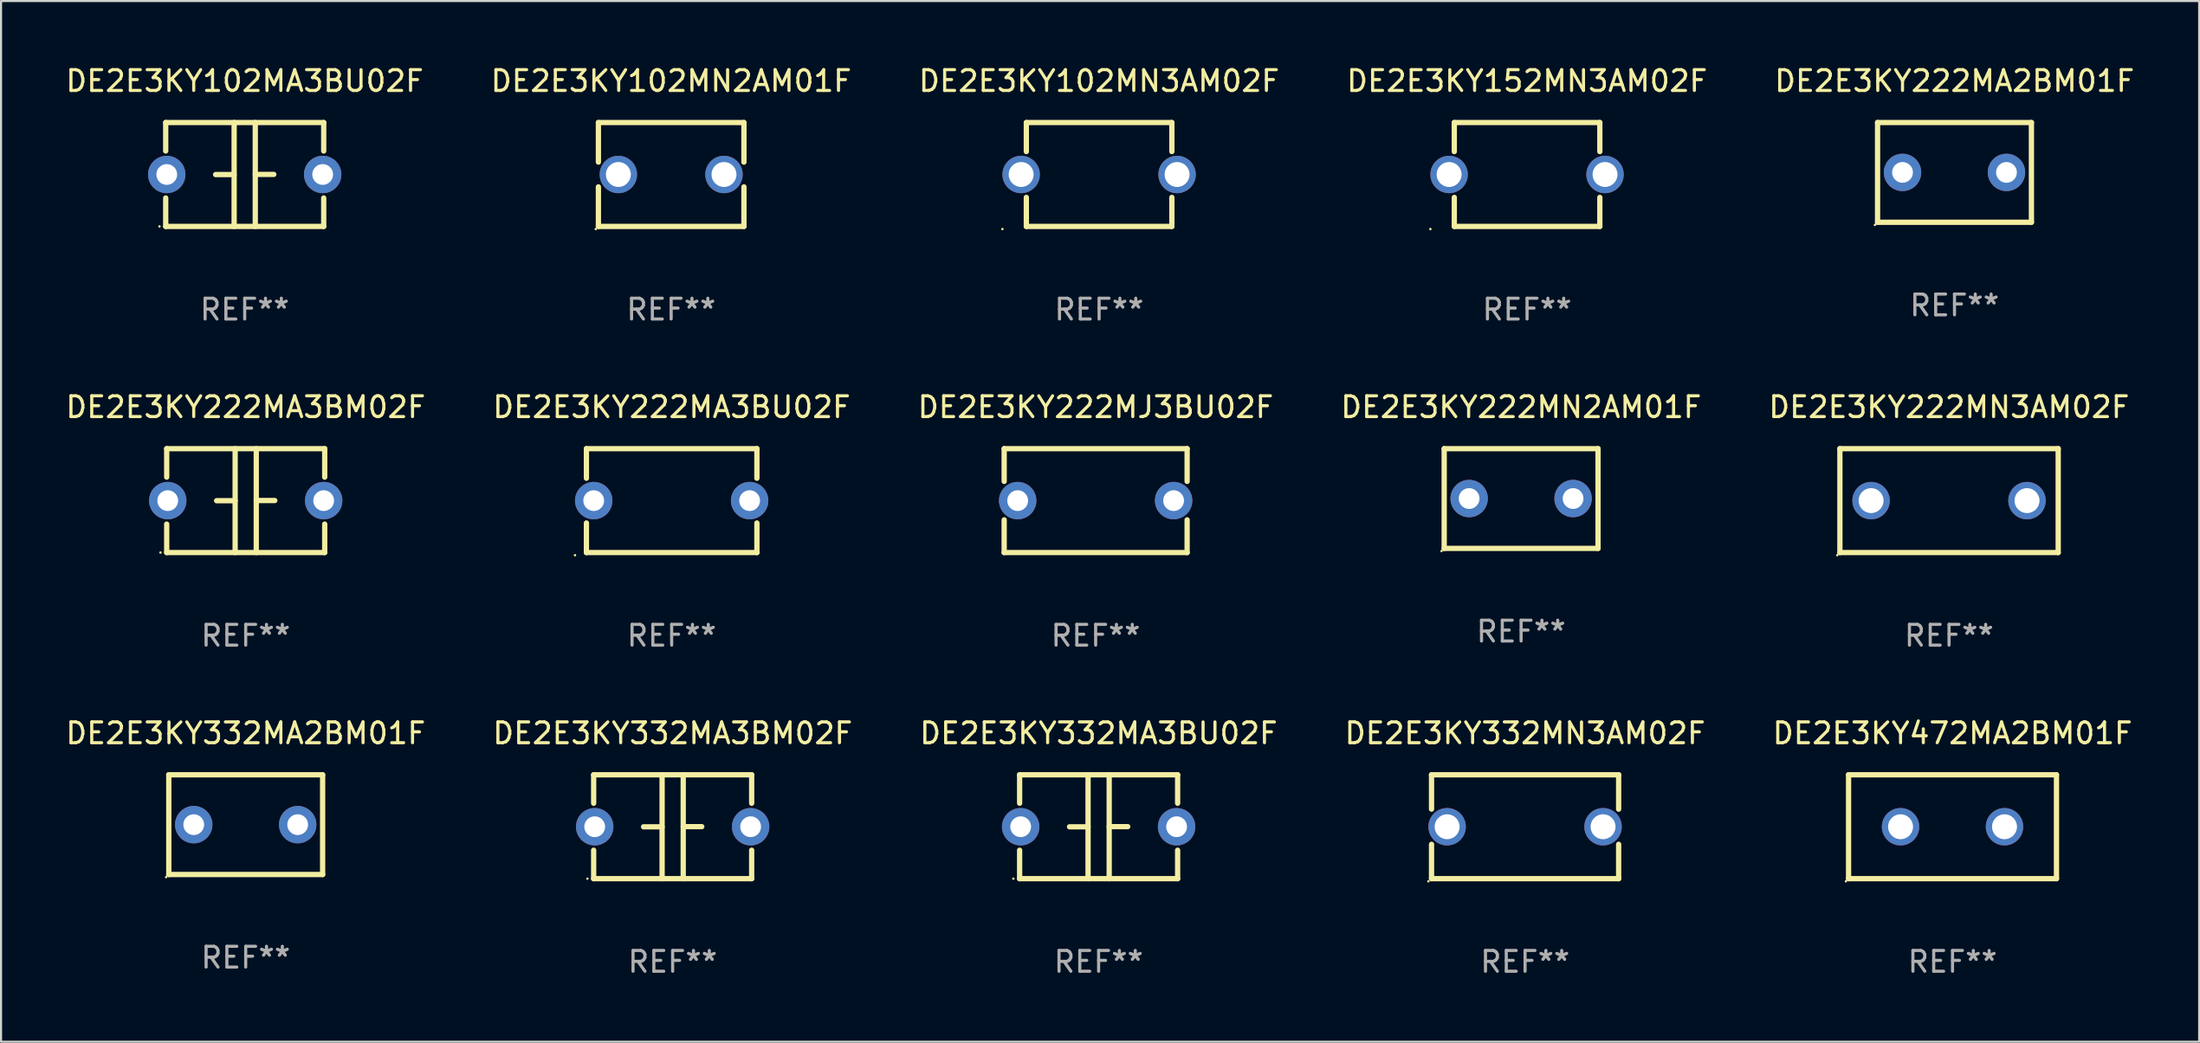
<source format=kicad_pcb>
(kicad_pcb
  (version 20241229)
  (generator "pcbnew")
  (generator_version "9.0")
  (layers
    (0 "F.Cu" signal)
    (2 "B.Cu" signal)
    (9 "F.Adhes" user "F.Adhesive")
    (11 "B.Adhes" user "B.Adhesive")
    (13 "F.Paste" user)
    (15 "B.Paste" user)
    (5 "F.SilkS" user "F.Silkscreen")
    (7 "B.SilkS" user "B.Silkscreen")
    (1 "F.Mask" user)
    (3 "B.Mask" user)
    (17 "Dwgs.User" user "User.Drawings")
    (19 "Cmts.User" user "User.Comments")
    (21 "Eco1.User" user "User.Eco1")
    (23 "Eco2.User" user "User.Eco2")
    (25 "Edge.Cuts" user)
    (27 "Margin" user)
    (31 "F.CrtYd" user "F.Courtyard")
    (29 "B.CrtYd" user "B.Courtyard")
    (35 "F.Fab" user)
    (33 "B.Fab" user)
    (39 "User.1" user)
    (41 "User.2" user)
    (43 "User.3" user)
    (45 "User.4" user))
  (footprint "DE2E3KY332MA2BM01F"
    (layer "F.Cu")
    (at 8.768 36.641)
    (property "Reference" "DE2E3KY332MA2BM01F" (at 0 -4.4 0) (layer "F.SilkS") (effects (font (size 1 1) (thickness 0.15))))
    (attr through_hole)
    (fp_line (start -3.7 -2.4) (end -3.7 2.4) (stroke (width 0.254) (type solid)) (layer "F.SilkS"))
    (fp_line (start -3.7 -2.4) (end 3.7 -2.4) (stroke (width 0.254) (type solid)) (layer "F.SilkS"))
    (fp_line (start -3.7 2.4) (end 3.7 2.4) (stroke (width 0.254) (type solid)) (layer "F.SilkS"))
    (fp_line (start 3.7 -2.4) (end 3.7 2.4) (stroke (width 0.254) (type solid)) (layer "F.SilkS"))
    (fp_circle (center -3.827 2.527) (end -3.797 2.527) (stroke (width 0.06) (type solid)) (fill no) (layer "F.SilkS"))
    (fp_text user "REF**" (at 0 6.4 0) (layer "F.Fab") (effects (font (size 1 1) (thickness 0.15))))
    (pad "1" thru_hole circle (at -2.5 0) (size 1.8 1.8) (drill 1) (layers "*.Cu" "*.Mask"))
    (pad "2" thru_hole circle (at 2.5 0) (size 1.8 1.8) (drill 1) (layers "*.Cu" "*.Mask")))
  (footprint "DE2E3KY332MA3BU02F"
    (layer "F.Cu")
    (at 49.792 36.741)
    (property "Reference" "DE2E3KY332MA3BU02F" (at 0 -4.5 0) (layer "F.SilkS") (effects (font (size 1 1) (thickness 0.15))))
    (attr through_hole)
    (fp_line (start -3.8 -2.5) (end -3.8 -1.13) (stroke (width 0.254) (type solid)) (layer "F.SilkS"))
    (fp_line (start -3.8 -2.5) (end 3.8 -2.5) (stroke (width 0.254) (type solid)) (layer "F.SilkS"))
    (fp_line (start -3.8 1.13) (end -3.8 2.5) (stroke (width 0.254) (type solid)) (layer "F.SilkS"))
    (fp_line (start -3.8 2.5) (end 3.8 2.5) (stroke (width 0.254) (type solid)) (layer "F.SilkS"))
    (fp_line (start -0.508 0.004) (end -1.4 0.004) (stroke (width 0.254) (type solid)) (layer "F.SilkS"))
    (fp_line (start -0.508 2.5) (end -0.508 -2.5) (stroke (width 0.254) (type solid)) (layer "F.SilkS"))
    (fp_line (start 0.508 -2.5) (end 0.508 2.5) (stroke (width 0.254) (type solid)) (layer "F.SilkS"))
    (fp_line (start 0.508 -0.004) (end 1.4 -0.004) (stroke (width 0.254) (type solid)) (layer "F.SilkS"))
    (fp_line (start 3.8 -2.5) (end 3.8 -1.13) (stroke (width 0.254) (type solid)) (layer "F.SilkS"))
    (fp_line (start 3.8 1.13) (end 3.8 2.5) (stroke (width 0.254) (type solid)) (layer "F.SilkS"))
    (fp_circle (center -4.1 2.5) (end -4.07 2.5) (stroke (width 0.06) (type solid)) (fill no) (layer "F.SilkS"))
    (fp_text user "REF**" (at 0 6.5 0) (layer "F.Fab") (effects (font (size 1 1) (thickness 0.15))))
    (pad "1" thru_hole circle (at -3.75 0) (size 1.8 1.8) (drill 1) (layers "*.Cu" "*.Mask"))
    (pad "2" thru_hole circle (at 3.75 0) (size 1.8 1.8) (drill 1) (layers "*.Cu" "*.Mask")))
  (footprint "DE2E3KY332MN3AM02F"
    (layer "F.Cu")
    (at 70.304 36.741)
    (property "Reference" "DE2E3KY332MN3AM02F" (at 0 -4.5 0) (layer "F.SilkS") (effects (font (size 1 1) (thickness 0.15))))
    (attr through_hole)
    (fp_line (start -4.5 -2.5) (end -4.5 -0.846) (stroke (width 0.254) (type solid)) (layer "F.SilkS"))
    (fp_line (start -4.5 -2.5) (end 4.5 -2.5) (stroke (width 0.254) (type solid)) (layer "F.SilkS"))
    (fp_line (start -4.5 0.846) (end -4.5 2.5) (stroke (width 0.254) (type solid)) (layer "F.SilkS"))
    (fp_line (start 4.5 -2.5) (end 4.5 -0.846) (stroke (width 0.254) (type solid)) (layer "F.SilkS"))
    (fp_line (start 4.5 0.846) (end 4.5 2.5) (stroke (width 0.254) (type solid)) (layer "F.SilkS"))
    (fp_line (start 4.5 2.5) (end -4.5 2.5) (stroke (width 0.254) (type solid)) (layer "F.SilkS"))
    (fp_circle (center -4.65 2.627) (end -4.62 2.627) (stroke (width 0.06) (type solid)) (fill no) (layer "F.SilkS"))
    (fp_text user "REF**" (at 0 6.5 0) (layer "F.Fab") (effects (font (size 1 1) (thickness 0.15))))
    (pad "1" thru_hole circle (at -3.75 0) (size 1.8 1.8) (drill 1.2) (layers "*.Cu" "*.Mask"))
    (pad "2" thru_hole circle (at 3.75 0) (size 1.8 1.8) (drill 1.2) (layers "*.Cu" "*.Mask")))
  (footprint "DE2E3KY222MA3BM02F"
    (layer "F.Cu")
    (at 8.768 21.045)
    (property "Reference" "DE2E3KY222MA3BM02F" (at 0 -4.5 0) (layer "F.SilkS") (effects (font (size 1 1) (thickness 0.15))))
    (attr through_hole)
    (fp_line (start -3.8 -2.5) (end -3.8 -1.13) (stroke (width 0.254) (type solid)) (layer "F.SilkS"))
    (fp_line (start -3.8 -2.5) (end 3.8 -2.5) (stroke (width 0.254) (type solid)) (layer "F.SilkS"))
    (fp_line (start -3.8 1.13) (end -3.8 2.5) (stroke (width 0.254) (type solid)) (layer "F.SilkS"))
    (fp_line (start -3.8 2.5) (end 3.8 2.5) (stroke (width 0.254) (type solid)) (layer "F.SilkS"))
    (fp_line (start -0.508 0.004) (end -1.4 0.004) (stroke (width 0.254) (type solid)) (layer "F.SilkS"))
    (fp_line (start -0.508 2.5) (end -0.508 -2.5) (stroke (width 0.254) (type solid)) (layer "F.SilkS"))
    (fp_line (start 0.508 -2.5) (end 0.508 2.5) (stroke (width 0.254) (type solid)) (layer "F.SilkS"))
    (fp_line (start 0.508 -0.004) (end 1.4 -0.004) (stroke (width 0.254) (type solid)) (layer "F.SilkS"))
    (fp_line (start 3.8 -2.5) (end 3.8 -1.13) (stroke (width 0.254) (type solid)) (layer "F.SilkS"))
    (fp_line (start 3.8 1.13) (end 3.8 2.5) (stroke (width 0.254) (type solid)) (layer "F.SilkS"))
    (fp_circle (center -4.1 2.5) (end -4.07 2.5) (stroke (width 0.06) (type solid)) (fill no) (layer "F.SilkS"))
    (fp_text user "REF**" (at 0 6.5 0) (layer "F.Fab") (effects (font (size 1 1) (thickness 0.15))))
    (pad "1" thru_hole circle (at -3.75 0) (size 1.8 1.8) (drill 1) (layers "*.Cu" "*.Mask"))
    (pad "2" thru_hole circle (at 3.75 0) (size 1.8 1.8) (drill 1) (layers "*.Cu" "*.Mask")))
  (footprint "DE2E3KY102MN3AM02F"
    (layer "F.Cu")
    (at 49.815 5.348)
    (property "Reference" "DE2E3KY102MN3AM02F" (at 0 -4.5 0) (layer "F.SilkS") (effects (font (size 1 1) (thickness 0.15))))
    (attr through_hole)
    (fp_line (start -3.5 -2.5) (end -3.5 -1.103) (stroke (width 0.254) (type solid)) (layer "F.SilkS"))
    (fp_line (start -3.5 -2.5) (end 3.5 -2.5) (stroke (width 0.254) (type solid)) (layer "F.SilkS"))
    (fp_line (start -3.5 1.103) (end -3.5 2.5) (stroke (width 0.254) (type solid)) (layer "F.SilkS"))
    (fp_line (start 3.5 -2.5) (end 3.5 -1.103) (stroke (width 0.254) (type solid)) (layer "F.SilkS"))
    (fp_line (start 3.5 1.103) (end 3.5 2.5) (stroke (width 0.254) (type solid)) (layer "F.SilkS"))
    (fp_line (start 3.5 2.5) (end -3.5 2.5) (stroke (width 0.254) (type solid)) (layer "F.SilkS"))
    (fp_circle (center -4.65 2.627) (end -4.62 2.627) (stroke (width 0.06) (type solid)) (fill no) (layer "F.SilkS"))
    (fp_text user "REF**" (at 0 6.5 0) (layer "F.Fab") (effects (font (size 1 1) (thickness 0.15))))
    (pad "1" thru_hole circle (at -3.75 0) (size 1.8 1.8) (drill 1.2) (layers "*.Cu" "*.Mask"))
    (pad "2" thru_hole circle (at 3.75 0) (size 1.8 1.8) (drill 1.2) (layers "*.Cu" "*.Mask")))
  (footprint "DE2E3KY222MN2AM01F"
    (layer "F.Cu")
    (at 70.113 20.945)
    (property "Reference" "DE2E3KY222MN2AM01F" (at 0 -4.4 0) (layer "F.SilkS") (effects (font (size 1 1) (thickness 0.15))))
    (attr through_hole)
    (fp_line (start -3.7 -2.4) (end -3.7 2.4) (stroke (width 0.254) (type solid)) (layer "F.SilkS"))
    (fp_line (start -3.7 -2.4) (end 3.7 -2.4) (stroke (width 0.254) (type solid)) (layer "F.SilkS"))
    (fp_line (start -3.7 2.4) (end 3.7 2.4) (stroke (width 0.254) (type solid)) (layer "F.SilkS"))
    (fp_line (start 3.7 -2.4) (end 3.7 2.4) (stroke (width 0.254) (type solid)) (layer "F.SilkS"))
    (fp_circle (center -3.827 2.527) (end -3.797 2.527) (stroke (width 0.06) (type solid)) (fill no) (layer "F.SilkS"))
    (fp_text user "REF**" (at 0 6.4 0) (layer "F.Fab") (effects (font (size 1 1) (thickness 0.15))))
    (pad "1" thru_hole circle (at -2.5 0) (size 1.8 1.8) (drill 1) (layers "*.Cu" "*.Mask"))
    (pad "2" thru_hole circle (at 2.5 0) (size 1.8 1.8) (drill 1) (layers "*.Cu" "*.Mask")))
  (footprint "DE2E3KY102MN2AM01F"
    (layer "F.Cu")
    (at 29.232 5.348)
    (property "Reference" "DE2E3KY102MN2AM01F" (at 0 -4.5 0) (layer "F.SilkS") (effects (font (size 1 1) (thickness 0.15))))
    (attr through_hole)
    (fp_line (start -3.5 -2.5) (end -3.5 -0.596) (stroke (width 0.254) (type solid)) (layer "F.SilkS"))
    (fp_line (start -3.5 -2.5) (end 3.5 -2.5) (stroke (width 0.254) (type solid)) (layer "F.SilkS"))
    (fp_line (start -3.5 0.596) (end -3.5 2.5) (stroke (width 0.254) (type solid)) (layer "F.SilkS"))
    (fp_line (start 3.5 -2.5) (end 3.5 -0.596) (stroke (width 0.254) (type solid)) (layer "F.SilkS"))
    (fp_line (start 3.5 0.596) (end 3.5 2.5) (stroke (width 0.254) (type solid)) (layer "F.SilkS"))
    (fp_line (start 3.5 2.5) (end -3.5 2.5) (stroke (width 0.254) (type solid)) (layer "F.SilkS"))
    (fp_circle (center -3.627 2.627) (end -3.597 2.627) (stroke (width 0.06) (type solid)) (fill no) (layer "F.SilkS"))
    (fp_text user "REF**" (at 0 6.5 0) (layer "F.Fab") (effects (font (size 1 1) (thickness 0.15))))
    (pad "1" thru_hole circle (at -2.54 0) (size 1.8 1.8) (drill 1.2) (layers "*.Cu" "*.Mask"))
    (pad "2" thru_hole circle (at 2.54 0) (size 1.8 1.8) (drill 1.2) (layers "*.Cu" "*.Mask")))
  (footprint "DE2E3KY222MA2BM01F"
    (layer "F.Cu")
    (at 90.958 5.248)
    (property "Reference" "DE2E3KY222MA2BM01F" (at 0 -4.4 0) (layer "F.SilkS") (effects (font (size 1 1) (thickness 0.15))))
    (attr through_hole)
    (fp_line (start -3.7 -2.4) (end -3.7 2.4) (stroke (width 0.254) (type solid)) (layer "F.SilkS"))
    (fp_line (start -3.7 -2.4) (end 3.7 -2.4) (stroke (width 0.254) (type solid)) (layer "F.SilkS"))
    (fp_line (start -3.7 2.4) (end 3.7 2.4) (stroke (width 0.254) (type solid)) (layer "F.SilkS"))
    (fp_line (start 3.7 -2.4) (end 3.7 2.4) (stroke (width 0.254) (type solid)) (layer "F.SilkS"))
    (fp_circle (center -3.827 2.527) (end -3.797 2.527) (stroke (width 0.06) (type solid)) (fill no) (layer "F.SilkS"))
    (fp_text user "REF**" (at 0 6.4 0) (layer "F.Fab") (effects (font (size 1 1) (thickness 0.15))))
    (pad "1" thru_hole circle (at -2.5 0) (size 1.8 1.8) (drill 1) (layers "*.Cu" "*.Mask"))
    (pad "2" thru_hole circle (at 2.5 0) (size 1.8 1.8) (drill 1) (layers "*.Cu" "*.Mask")))
  (footprint "DE2E3KY152MN3AM02F"
    (layer "F.Cu")
    (at 70.399 5.348)
    (property "Reference" "DE2E3KY152MN3AM02F" (at 0 -4.5 0) (layer "F.SilkS") (effects (font (size 1 1) (thickness 0.15))))
    (attr through_hole)
    (fp_line (start -3.5 -2.5) (end -3.5 -1.103) (stroke (width 0.254) (type solid)) (layer "F.SilkS"))
    (fp_line (start -3.5 -2.5) (end 3.5 -2.5) (stroke (width 0.254) (type solid)) (layer "F.SilkS"))
    (fp_line (start -3.5 1.103) (end -3.5 2.5) (stroke (width 0.254) (type solid)) (layer "F.SilkS"))
    (fp_line (start 3.5 -2.5) (end 3.5 -1.103) (stroke (width 0.254) (type solid)) (layer "F.SilkS"))
    (fp_line (start 3.5 1.103) (end 3.5 2.5) (stroke (width 0.254) (type solid)) (layer "F.SilkS"))
    (fp_line (start 3.5 2.5) (end -3.5 2.5) (stroke (width 0.254) (type solid)) (layer "F.SilkS"))
    (fp_circle (center -4.65 2.627) (end -4.62 2.627) (stroke (width 0.06) (type solid)) (fill no) (layer "F.SilkS"))
    (fp_text user "REF**" (at 0 6.5 0) (layer "F.Fab") (effects (font (size 1 1) (thickness 0.15))))
    (pad "1" thru_hole circle (at -3.75 0) (size 1.8 1.8) (drill 1.2) (layers "*.Cu" "*.Mask"))
    (pad "2" thru_hole circle (at 3.75 0) (size 1.8 1.8) (drill 1.2) (layers "*.Cu" "*.Mask")))
  (footprint "DE2E3KY222MN3AM02F"
    (layer "F.Cu")
    (at 90.696 21.045)
    (property "Reference" "DE2E3KY222MN3AM02F" (at 0 -4.5 0) (layer "F.SilkS") (effects (font (size 1 1) (thickness 0.15))))
    (attr through_hole)
    (fp_line (start -5.25 -2.5) (end 5.25 -2.5) (stroke (width 0.254) (type solid)) (layer "F.SilkS"))
    (fp_line (start -5.25 2.5) (end -5.25 -2.5) (stroke (width 0.254) (type solid)) (layer "F.SilkS"))
    (fp_line (start 5.25 -2.5) (end 5.25 2.5) (stroke (width 0.254) (type solid)) (layer "F.SilkS"))
    (fp_line (start 5.25 2.5) (end -5.25 2.5) (stroke (width 0.254) (type solid)) (layer "F.SilkS"))
    (fp_circle (center -5.377 2.627) (end -5.347 2.627) (stroke (width 0.06) (type solid)) (fill no) (layer "F.SilkS"))
    (fp_text user "REF**" (at 0 6.5 0) (layer "F.Fab") (effects (font (size 1 1) (thickness 0.15))))
    (pad "1" thru_hole circle (at -3.75 0) (size 1.8 1.8) (drill 1.2) (layers "*.Cu" "*.Mask"))
    (pad "2" thru_hole circle (at 3.75 0) (size 1.8 1.8) (drill 1.2) (layers "*.Cu" "*.Mask")))
  (footprint "DE2E3KY332MA3BM02F"
    (layer "F.Cu")
    (at 29.304 36.741)
    (property "Reference" "DE2E3KY332MA3BM02F" (at 0 -4.5 0) (layer "F.SilkS") (effects (font (size 1 1) (thickness 0.15))))
    (attr through_hole)
    (fp_line (start -3.8 -2.5) (end -3.8 -1.13) (stroke (width 0.254) (type solid)) (layer "F.SilkS"))
    (fp_line (start -3.8 -2.5) (end 3.8 -2.5) (stroke (width 0.254) (type solid)) (layer "F.SilkS"))
    (fp_line (start -3.8 1.13) (end -3.8 2.5) (stroke (width 0.254) (type solid)) (layer "F.SilkS"))
    (fp_line (start -3.8 2.5) (end 3.8 2.5) (stroke (width 0.254) (type solid)) (layer "F.SilkS"))
    (fp_line (start -0.508 0.004) (end -1.4 0.004) (stroke (width 0.254) (type solid)) (layer "F.SilkS"))
    (fp_line (start -0.508 2.5) (end -0.508 -2.5) (stroke (width 0.254) (type solid)) (layer "F.SilkS"))
    (fp_line (start 0.508 -2.5) (end 0.508 2.5) (stroke (width 0.254) (type solid)) (layer "F.SilkS"))
    (fp_line (start 0.508 -0.004) (end 1.4 -0.004) (stroke (width 0.254) (type solid)) (layer "F.SilkS"))
    (fp_line (start 3.8 -2.5) (end 3.8 -1.13) (stroke (width 0.254) (type solid)) (layer "F.SilkS"))
    (fp_line (start 3.8 1.13) (end 3.8 2.5) (stroke (width 0.254) (type solid)) (layer "F.SilkS"))
    (fp_circle (center -4.1 2.5) (end -4.07 2.5) (stroke (width 0.06) (type solid)) (fill no) (layer "F.SilkS"))
    (fp_text user "REF**" (at 0 6.5 0) (layer "F.Fab") (effects (font (size 1 1) (thickness 0.15))))
    (pad "1" thru_hole circle (at -3.75 0) (size 1.8 1.8) (drill 1) (layers "*.Cu" "*.Mask"))
    (pad "2" thru_hole circle (at 3.75 0) (size 1.8 1.8) (drill 1) (layers "*.Cu" "*.Mask")))
  (footprint "DE2E3KY472MA2BM01F"
    (layer "F.Cu")
    (at 90.863 36.741)
    (property "Reference" "DE2E3KY472MA2BM01F" (at 0 -4.5 0) (layer "F.SilkS") (effects (font (size 1 1) (thickness 0.15))))
    (attr through_hole)
    (fp_line (start -5 -2.5) (end 5 -2.5) (stroke (width 0.254) (type solid)) (layer "F.SilkS"))
    (fp_line (start -5 2.5) (end -5 -2.5) (stroke (width 0.254) (type solid)) (layer "F.SilkS"))
    (fp_line (start 5 -2.5) (end 5 2.5) (stroke (width 0.254) (type solid)) (layer "F.SilkS"))
    (fp_line (start 5 2.5) (end -5 2.5) (stroke (width 0.254) (type solid)) (layer "F.SilkS"))
    (fp_circle (center -5.127 2.627) (end -5.097 2.627) (stroke (width 0.06) (type solid)) (fill no) (layer "F.SilkS"))
    (fp_text user "REF**" (at 0 6.5 0) (layer "F.Fab") (effects (font (size 1 1) (thickness 0.15))))
    (pad "1" thru_hole circle (at -2.5 0) (size 1.8 1.8) (drill 1.2) (layers "*.Cu" "*.Mask"))
    (pad "2" thru_hole circle (at 2.5 0) (size 1.8 1.8) (drill 1.2) (layers "*.Cu" "*.Mask")))
  (footprint "DE2E3KY102MA3BU02F"
    (layer "F.Cu")
    (at 8.72 5.348)
    (property "Reference" "DE2E3KY102MA3BU02F" (at 0 -4.5 0) (layer "F.SilkS") (effects (font (size 1 1) (thickness 0.15))))
    (attr through_hole)
    (fp_line (start -3.8 -2.5) (end -3.8 -1.13) (stroke (width 0.254) (type solid)) (layer "F.SilkS"))
    (fp_line (start -3.8 -2.5) (end 3.8 -2.5) (stroke (width 0.254) (type solid)) (layer "F.SilkS"))
    (fp_line (start -3.8 1.13) (end -3.8 2.5) (stroke (width 0.254) (type solid)) (layer "F.SilkS"))
    (fp_line (start -3.8 2.5) (end 3.8 2.5) (stroke (width 0.254) (type solid)) (layer "F.SilkS"))
    (fp_line (start -0.508 0.004) (end -1.4 0.004) (stroke (width 0.254) (type solid)) (layer "F.SilkS"))
    (fp_line (start -0.508 2.5) (end -0.508 -2.5) (stroke (width 0.254) (type solid)) (layer "F.SilkS"))
    (fp_line (start 0.508 -2.5) (end 0.508 2.5) (stroke (width 0.254) (type solid)) (layer "F.SilkS"))
    (fp_line (start 0.508 -0.004) (end 1.4 -0.004) (stroke (width 0.254) (type solid)) (layer "F.SilkS"))
    (fp_line (start 3.8 -2.5) (end 3.8 -1.13) (stroke (width 0.254) (type solid)) (layer "F.SilkS"))
    (fp_line (start 3.8 1.13) (end 3.8 2.5) (stroke (width 0.254) (type solid)) (layer "F.SilkS"))
    (fp_circle (center -4.1 2.5) (end -4.07 2.5) (stroke (width 0.06) (type solid)) (fill no) (layer "F.SilkS"))
    (fp_text user "REF**" (at 0 6.5 0) (layer "F.Fab") (effects (font (size 1 1) (thickness 0.15))))
    (pad "1" thru_hole circle (at -3.75 0) (size 1.8 1.8) (drill 1) (layers "*.Cu" "*.Mask"))
    (pad "2" thru_hole circle (at 3.75 0) (size 1.8 1.8) (drill 1) (layers "*.Cu" "*.Mask")))
  (footprint "DE2E3KY222MA3BU02F"
    (layer "F.Cu")
    (at 29.256 21.045)
    (property "Reference" "DE2E3KY222MA3BU02F" (at 0 -4.5 0) (layer "F.SilkS") (effects (font (size 1 1) (thickness 0.15))))
    (attr through_hole)
    (fp_line (start -4.1 -2.5) (end -4.1 -1.076) (stroke (width 0.254) (type solid)) (layer "F.SilkS"))
    (fp_line (start -4.1 -2.5) (end 4.1 -2.5) (stroke (width 0.254) (type solid)) (layer "F.SilkS"))
    (fp_line (start -4.1 1.076) (end -4.1 2.5) (stroke (width 0.254) (type solid)) (layer "F.SilkS"))
    (fp_line (start -4.1 2.5) (end 4.1 2.5) (stroke (width 0.254) (type solid)) (layer "F.SilkS"))
    (fp_line (start 4.1 -2.5) (end 4.1 -1.076) (stroke (width 0.254) (type solid)) (layer "F.SilkS"))
    (fp_line (start 4.1 1.076) (end 4.1 2.5) (stroke (width 0.254) (type solid)) (layer "F.SilkS"))
    (fp_circle (center -4.65 2.627) (end -4.62 2.627) (stroke (width 0.06) (type solid)) (fill no) (layer "F.SilkS"))
    (fp_text user "REF**" (at 0 6.5 0) (layer "F.Fab") (effects (font (size 1 1) (thickness 0.15))))
    (pad "1" thru_hole circle (at -3.75 0) (size 1.8 1.8) (drill 1) (layers "*.Cu" "*.Mask"))
    (pad "2" thru_hole circle (at 3.75 0) (size 1.8 1.8) (drill 1) (layers "*.Cu" "*.Mask")))
  (footprint "DE2E3KY222MJ3BU02F"
    (layer "F.Cu")
    (at 49.649 21.045)
    (property "Reference" "DE2E3KY222MJ3BU02F" (at 0 -4.5 0) (layer "F.SilkS") (effects (font (size 1 1) (thickness 0.15))))
    (attr through_hole)
    (fp_line (start -4.4 -2.5) (end -4.4 -0.925) (stroke (width 0.254) (type solid)) (layer "F.SilkS"))
    (fp_line (start -4.4 -2.5) (end 4.4 -2.5) (stroke (width 0.254) (type solid)) (layer "F.SilkS"))
    (fp_line (start -4.4 0.925) (end -4.4 2.5) (stroke (width 0.254) (type solid)) (layer "F.SilkS"))
    (fp_line (start -4.4 2.5) (end 4.4 2.5) (stroke (width 0.254) (type solid)) (layer "F.SilkS"))
    (fp_line (start 4.4 -2.5) (end 4.4 -0.925) (stroke (width 0.254) (type solid)) (layer "F.SilkS"))
    (fp_line (start 4.4 0.925) (end 4.4 2.5) (stroke (width 0.254) (type solid)) (layer "F.SilkS"))
    (fp_circle (center -4.25 2.5) (end -4.22 2.5) (stroke (width 0.06) (type solid)) (fill no) (layer "F.SilkS"))
    (fp_text user "REF**" (at 0 6.5 0) (layer "F.Fab") (effects (font (size 1 1) (thickness 0.15))))
    (pad "1" thru_hole circle (at -3.75 0) (size 1.8 1.8) (drill 1) (layers "*.Cu" "*.Mask"))
    (pad "2" thru_hole circle (at 3.75 0) (size 1.8 1.8) (drill 1) (layers "*.Cu" "*.Mask")))
  (gr_rect
    (start -3 -3)
    (end 102.726 47.09)
    (stroke (width 0.1) (type default))
    (fill no)
    (layer "Edge.Cuts")))
</source>
